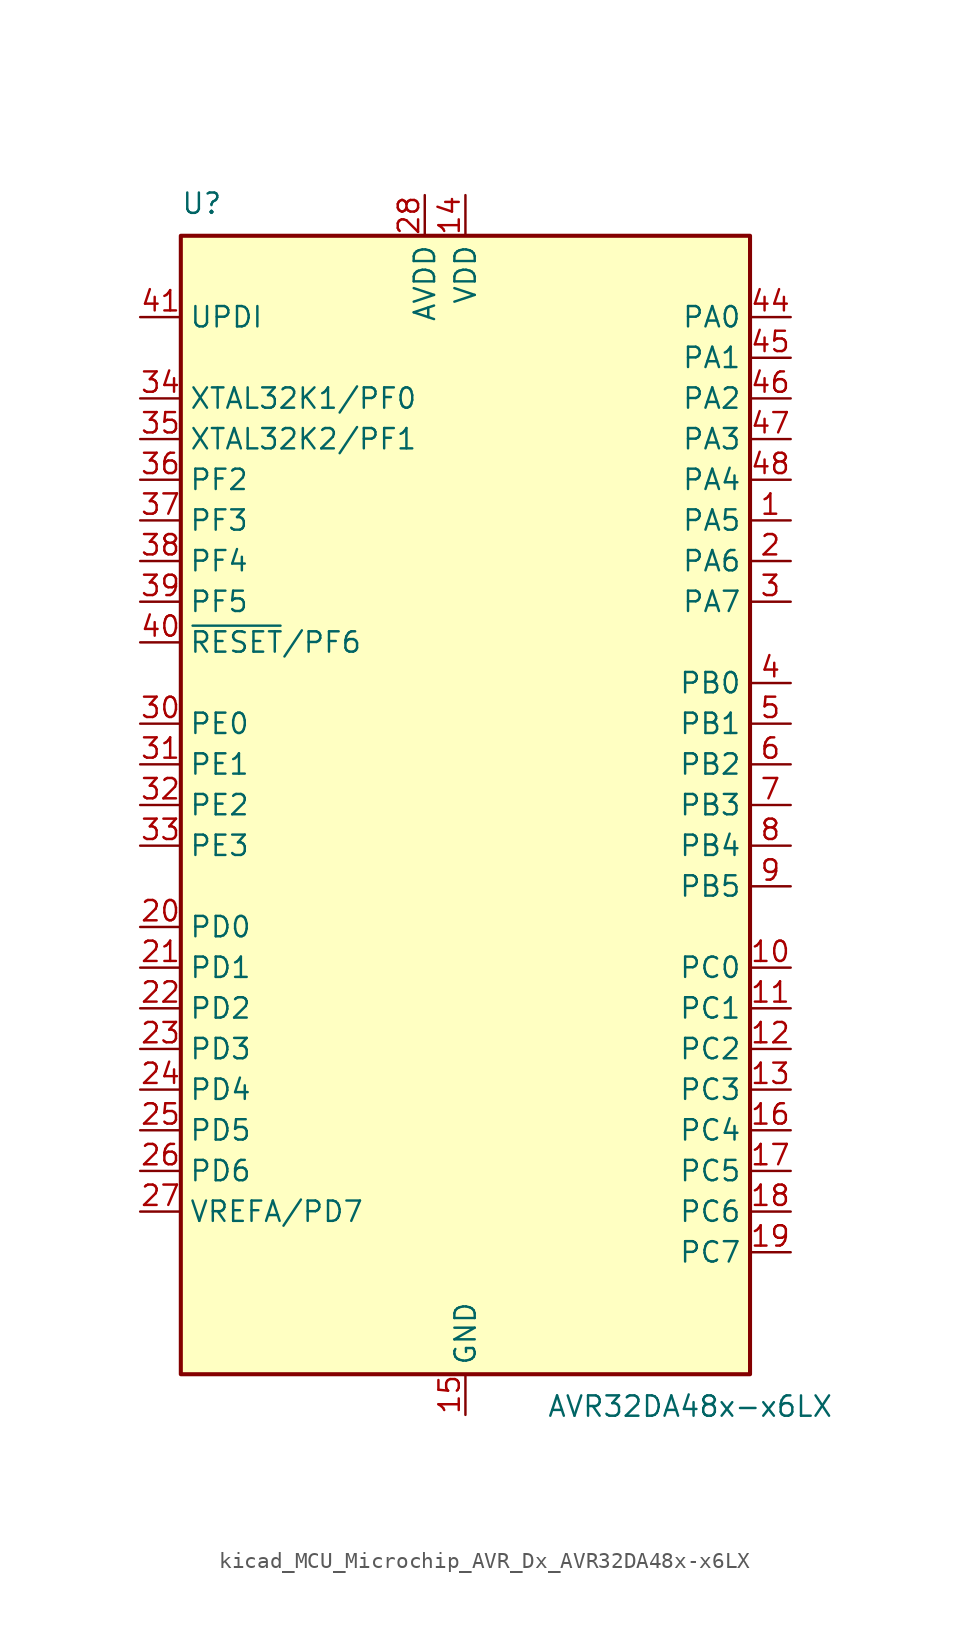
<source format=kicad_sym>
(kicad_symbol_lib
  (version 20220914)
  (generator kicad_symbol_editor)
  (symbol "kicad_MCU_Microchip_AVR_Dx_AVR32DA48x-x6LX"
    (property "Reference" "U"
      (at -17.78 36.83 0)
      (effects (font (size 1.27 1.27)) (justify left bottom)))
    (property "Value" "AVR32DA48x-x6LX"
      (at 5.08 -36.83 0)
      (effects (font (size 1.27 1.27)) (justify left top)))
    (symbol "kicad_MCU_Microchip_AVR_Dx_AVR32DA48x-x6LX_0_1"
      (rectangle (start -17.78 35.56) (end 17.78 -35.56) (stroke (width 0.254) (type default)) (fill (type background))))
    (symbol "kicad_MCU_Microchip_AVR_Dx_AVR32DA48x-x6LX_1_1"
      (pin bidirectional line (at 20.32 17.78 180) (length 2.54) (name "PA5" (effects (font (size 1.27 1.27)))) (number "1" (effects (font (size 1.27 1.27)))))
      (pin bidirectional line (at 20.32 -10.16 180) (length 2.54) (name "PC0" (effects (font (size 1.27 1.27)))) (number "10" (effects (font (size 1.27 1.27)))))
      (pin bidirectional line (at 20.32 -12.7 180) (length 2.54) (name "PC1" (effects (font (size 1.27 1.27)))) (number "11" (effects (font (size 1.27 1.27)))))
      (pin bidirectional line (at 20.32 -15.24 180) (length 2.54) (name "PC2" (effects (font (size 1.27 1.27)))) (number "12" (effects (font (size 1.27 1.27)))))
      (pin bidirectional line (at 20.32 -17.78 180) (length 2.54) (name "PC3" (effects (font (size 1.27 1.27)))) (number "13" (effects (font (size 1.27 1.27)))))
      (pin power_in line (at 0 38.1 270) (length 2.54) (name "VDD" (effects (font (size 1.27 1.27)))) (number "14" (effects (font (size 1.27 1.27)))))
      (pin power_in line (at 0 -38.1 90) (length 2.54) (name "GND" (effects (font (size 1.27 1.27)))) (number "15" (effects (font (size 1.27 1.27)))))
      (pin bidirectional line (at 20.32 -20.32 180) (length 2.54) (name "PC4" (effects (font (size 1.27 1.27)))) (number "16" (effects (font (size 1.27 1.27)))))
      (pin bidirectional line (at 20.32 -22.86 180) (length 2.54) (name "PC5" (effects (font (size 1.27 1.27)))) (number "17" (effects (font (size 1.27 1.27)))))
      (pin bidirectional line (at 20.32 -25.4 180) (length 2.54) (name "PC6" (effects (font (size 1.27 1.27)))) (number "18" (effects (font (size 1.27 1.27)))))
      (pin bidirectional line (at 20.32 -27.94 180) (length 2.54) (name "PC7" (effects (font (size 1.27 1.27)))) (number "19" (effects (font (size 1.27 1.27)))))
      (pin bidirectional line (at 20.32 15.24 180) (length 2.54) (name "PA6" (effects (font (size 1.27 1.27)))) (number "2" (effects (font (size 1.27 1.27)))))
      (pin bidirectional line (at -20.32 -7.62 0) (length 2.54) (name "PD0" (effects (font (size 1.27 1.27)))) (number "20" (effects (font (size 1.27 1.27)))))
      (pin bidirectional line (at -20.32 -10.16 0) (length 2.54) (name "PD1" (effects (font (size 1.27 1.27)))) (number "21" (effects (font (size 1.27 1.27)))))
      (pin bidirectional line (at -20.32 -12.7 0) (length 2.54) (name "PD2" (effects (font (size 1.27 1.27)))) (number "22" (effects (font (size 1.27 1.27)))))
      (pin bidirectional line (at -20.32 -15.24 0) (length 2.54) (name "PD3" (effects (font (size 1.27 1.27)))) (number "23" (effects (font (size 1.27 1.27)))))
      (pin bidirectional line (at -20.32 -17.78 0) (length 2.54) (name "PD4" (effects (font (size 1.27 1.27)))) (number "24" (effects (font (size 1.27 1.27)))))
      (pin bidirectional line (at -20.32 -20.32 0) (length 2.54) (name "PD5" (effects (font (size 1.27 1.27)))) (number "25" (effects (font (size 1.27 1.27)))))
      (pin bidirectional line (at -20.32 -22.86 0) (length 2.54) (name "PD6" (effects (font (size 1.27 1.27)))) (number "26" (effects (font (size 1.27 1.27)))))
      (pin bidirectional line (at -20.32 -25.4 0) (length 2.54) (name "VREFA/PD7" (effects (font (size 1.27 1.27)))) (number "27" (effects (font (size 1.27 1.27)))))
      (pin power_in line (at -2.54 38.1 270) (length 2.54) (name "AVDD" (effects (font (size 1.27 1.27)))) (number "28" (effects (font (size 1.27 1.27)))))
      (pin passive line (at 0 -38.1 90) (length 2.54) hide (name "GND" (effects (font (size 1.27 1.27)))) (number "29" (effects (font (size 1.27 1.27)))))
      (pin bidirectional line (at 20.32 12.7 180) (length 2.54) (name "PA7" (effects (font (size 1.27 1.27)))) (number "3" (effects (font (size 1.27 1.27)))))
      (pin bidirectional line (at -20.32 5.08 0) (length 2.54) (name "PE0" (effects (font (size 1.27 1.27)))) (number "30" (effects (font (size 1.27 1.27)))))
      (pin bidirectional line (at -20.32 2.54 0) (length 2.54) (name "PE1" (effects (font (size 1.27 1.27)))) (number "31" (effects (font (size 1.27 1.27)))))
      (pin bidirectional line (at -20.32 0 0) (length 2.54) (name "PE2" (effects (font (size 1.27 1.27)))) (number "32" (effects (font (size 1.27 1.27)))))
      (pin bidirectional line (at -20.32 -2.54 0) (length 2.54) (name "PE3" (effects (font (size 1.27 1.27)))) (number "33" (effects (font (size 1.27 1.27)))))
      (pin bidirectional line (at -20.32 25.4 0) (length 2.54) (name "XTAL32K1/PF0" (effects (font (size 1.27 1.27)))) (number "34" (effects (font (size 1.27 1.27)))))
      (pin bidirectional line (at -20.32 22.86 0) (length 2.54) (name "XTAL32K2/PF1" (effects (font (size 1.27 1.27)))) (number "35" (effects (font (size 1.27 1.27)))))
      (pin bidirectional line (at -20.32 20.32 0) (length 2.54) (name "PF2" (effects (font (size 1.27 1.27)))) (number "36" (effects (font (size 1.27 1.27)))))
      (pin bidirectional line (at -20.32 17.78 0) (length 2.54) (name "PF3" (effects (font (size 1.27 1.27)))) (number "37" (effects (font (size 1.27 1.27)))))
      (pin bidirectional line (at -20.32 15.24 0) (length 2.54) (name "PF4" (effects (font (size 1.27 1.27)))) (number "38" (effects (font (size 1.27 1.27)))))
      (pin bidirectional line (at -20.32 12.7 0) (length 2.54) (name "PF5" (effects (font (size 1.27 1.27)))) (number "39" (effects (font (size 1.27 1.27)))))
      (pin bidirectional line (at 20.32 7.62 180) (length 2.54) (name "PB0" (effects (font (size 1.27 1.27)))) (number "4" (effects (font (size 1.27 1.27)))))
      (pin bidirectional line (at -20.32 10.16 0) (length 2.54) (name "~{RESET}/PF6" (effects (font (size 1.27 1.27)))) (number "40" (effects (font (size 1.27 1.27)))))
      (pin input line (at -20.32 30.48 0) (length 2.54) (name "UPDI" (effects (font (size 1.27 1.27)))) (number "41" (effects (font (size 1.27 1.27)))))
      (pin passive line (at 0 38.1 270) (length 2.54) hide (name "VDD" (effects (font (size 1.27 1.27)))) (number "42" (effects (font (size 1.27 1.27)))))
      (pin passive line (at 0 -38.1 90) (length 2.54) hide (name "GND" (effects (font (size 1.27 1.27)))) (number "43" (effects (font (size 1.27 1.27)))))
      (pin bidirectional line (at 20.32 30.48 180) (length 2.54) (name "PA0" (effects (font (size 1.27 1.27)))) (number "44" (effects (font (size 1.27 1.27)))))
      (pin bidirectional line (at 20.32 27.94 180) (length 2.54) (name "PA1" (effects (font (size 1.27 1.27)))) (number "45" (effects (font (size 1.27 1.27)))))
      (pin bidirectional line (at 20.32 25.4 180) (length 2.54) (name "PA2" (effects (font (size 1.27 1.27)))) (number "46" (effects (font (size 1.27 1.27)))))
      (pin bidirectional line (at 20.32 22.86 180) (length 2.54) (name "PA3" (effects (font (size 1.27 1.27)))) (number "47" (effects (font (size 1.27 1.27)))))
      (pin bidirectional line (at 20.32 20.32 180) (length 2.54) (name "PA4" (effects (font (size 1.27 1.27)))) (number "48" (effects (font (size 1.27 1.27)))))
      (pin passive line (at 0 -38.1 90) (length 2.54) hide (name "GND" (effects (font (size 1.27 1.27)))) (number "49" (effects (font (size 1.27 1.27)))))
      (pin bidirectional line (at 20.32 5.08 180) (length 2.54) (name "PB1" (effects (font (size 1.27 1.27)))) (number "5" (effects (font (size 1.27 1.27)))))
      (pin bidirectional line (at 20.32 2.54 180) (length 2.54) (name "PB2" (effects (font (size 1.27 1.27)))) (number "6" (effects (font (size 1.27 1.27)))))
      (pin bidirectional line (at 20.32 0 180) (length 2.54) (name "PB3" (effects (font (size 1.27 1.27)))) (number "7" (effects (font (size 1.27 1.27)))))
      (pin bidirectional line (at 20.32 -2.54 180) (length 2.54) (name "PB4" (effects (font (size 1.27 1.27)))) (number "8" (effects (font (size 1.27 1.27)))))
      (pin bidirectional line (at 20.32 -5.08 180) (length 2.54) (name "PB5" (effects (font (size 1.27 1.27)))) (number "9" (effects (font (size 1.27 1.27))))))))
</source>
